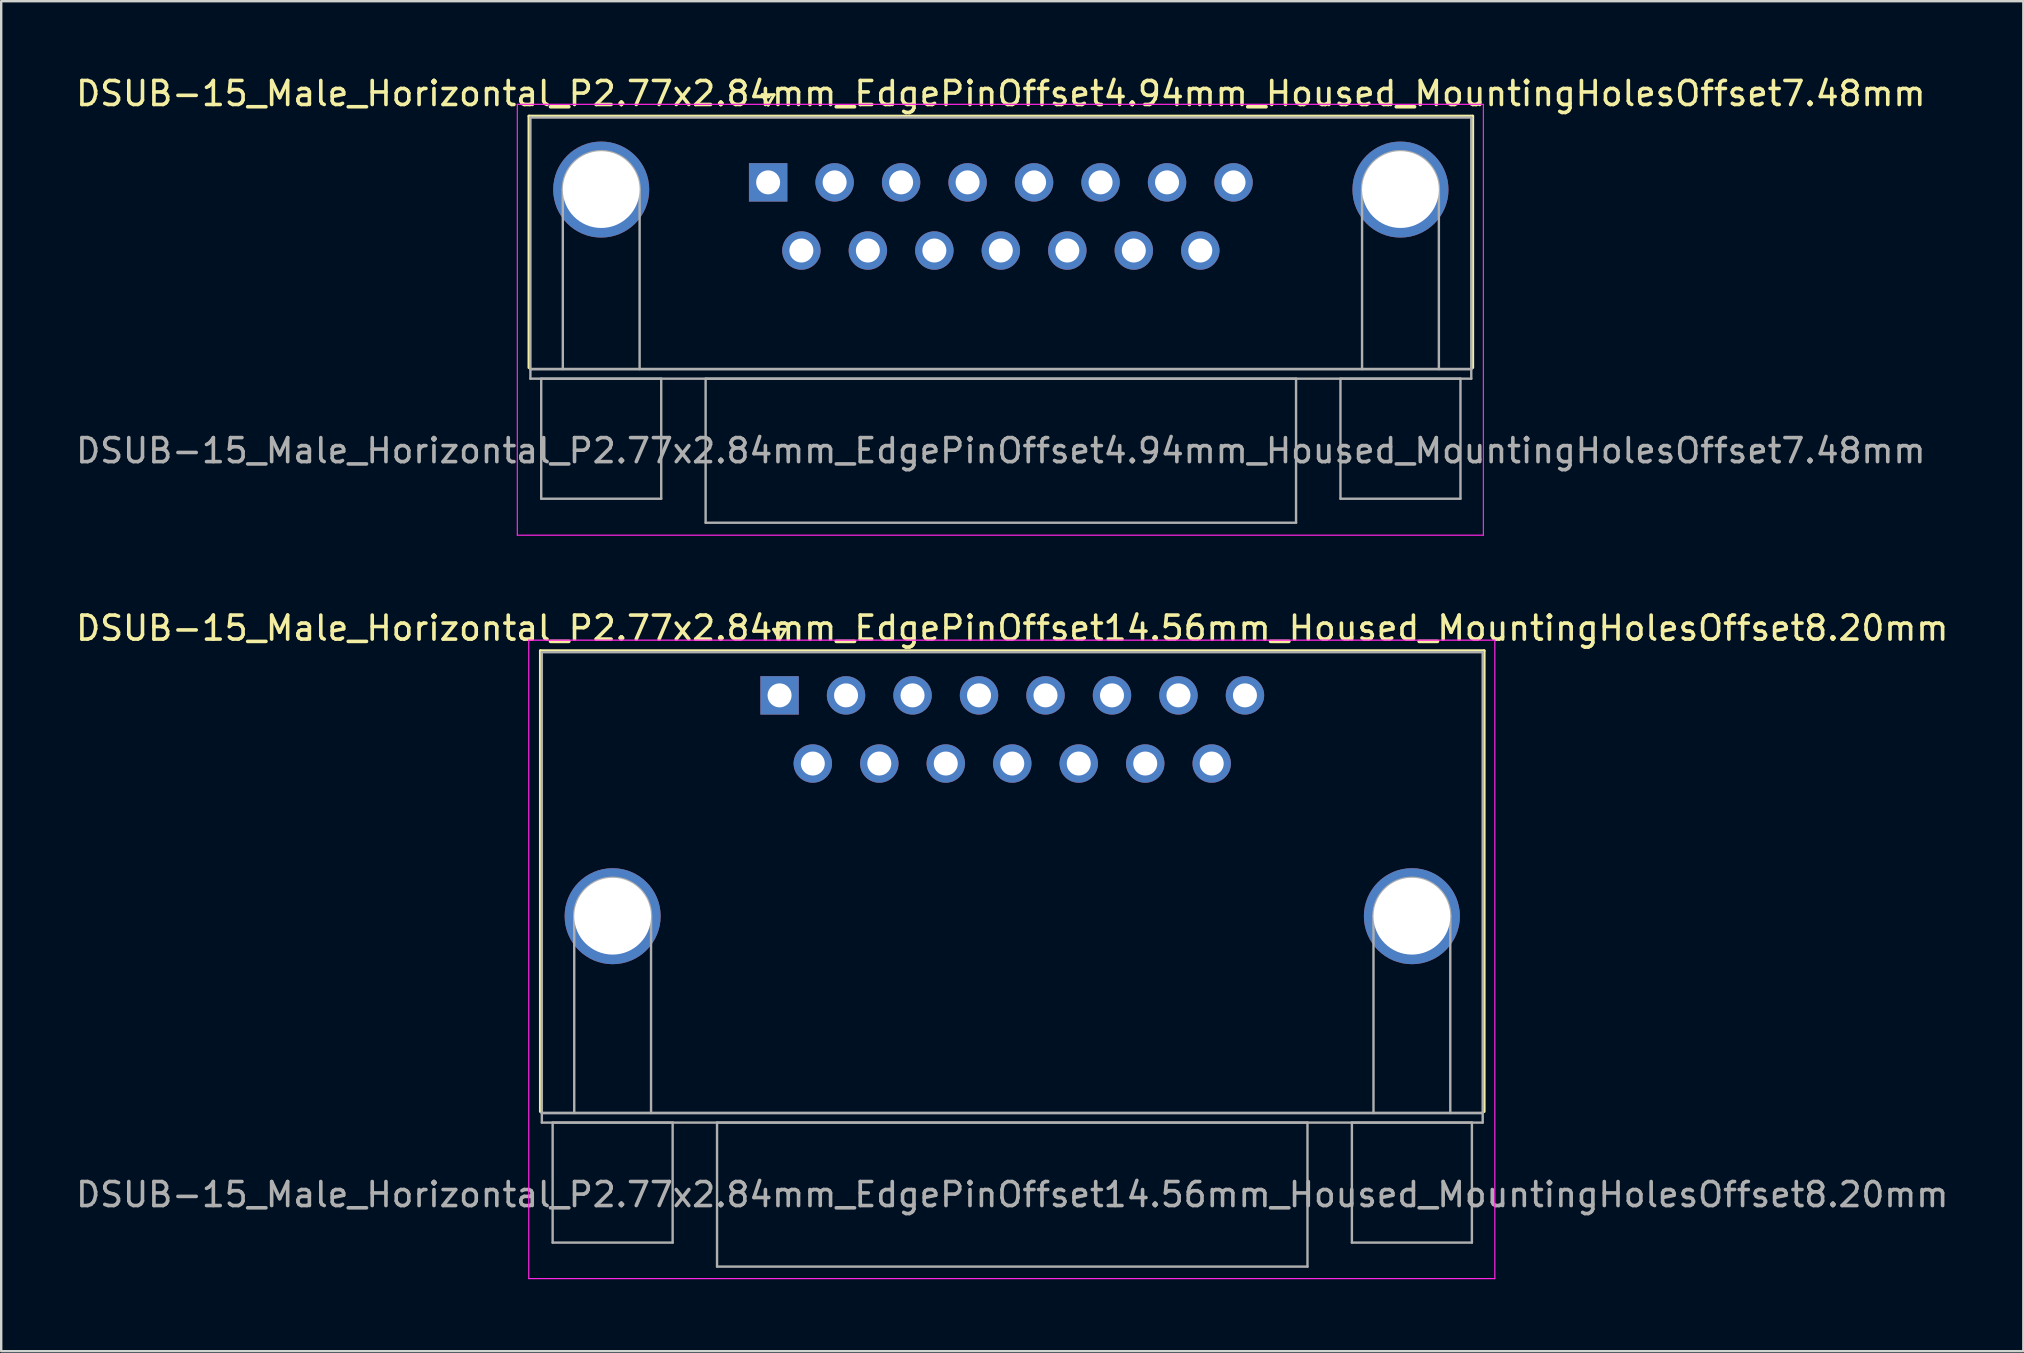
<source format=kicad_pcb>
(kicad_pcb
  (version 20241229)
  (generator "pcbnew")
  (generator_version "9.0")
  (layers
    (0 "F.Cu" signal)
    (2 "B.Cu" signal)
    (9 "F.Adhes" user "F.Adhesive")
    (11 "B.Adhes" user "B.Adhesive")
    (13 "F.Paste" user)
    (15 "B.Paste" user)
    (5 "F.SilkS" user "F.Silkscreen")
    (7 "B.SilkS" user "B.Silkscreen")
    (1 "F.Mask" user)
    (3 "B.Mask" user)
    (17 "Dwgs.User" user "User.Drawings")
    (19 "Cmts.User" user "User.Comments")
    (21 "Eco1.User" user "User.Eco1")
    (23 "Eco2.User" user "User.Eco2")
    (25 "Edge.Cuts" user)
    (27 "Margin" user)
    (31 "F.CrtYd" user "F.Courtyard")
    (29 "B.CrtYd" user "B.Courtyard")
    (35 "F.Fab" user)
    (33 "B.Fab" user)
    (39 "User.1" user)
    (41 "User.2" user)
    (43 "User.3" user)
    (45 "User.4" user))
  (footprint "DSUB-15_Male_Horizontal_P2.77x2.84mm_EdgePinOffset14.56mm_Housed_MountingHolesOffset8.20mm"
    (layer "F.Cu")
    (at 29.43 25.922)
    (property "Reference" "DSUB-15_Male_Horizontal_P2.77x2.84mm_EdgePinOffset14.56mm_Housed_MountingHolesOffset8.20mm" (at 9.695 -2.8 0) (layer "F.SilkS") (effects (font (size 1 1) (thickness 0.15))))
    (attr through_hole)
    (fp_line (start -9.965 -1.86) (end 29.355 -1.86) (stroke (width 0.12) (type solid)) (layer "F.SilkS"))
    (fp_line (start -9.965 17.34) (end -9.965 -1.86) (stroke (width 0.12) (type solid)) (layer "F.SilkS"))
    (fp_line (start -0.25 -2.754) (end 0.25 -2.754) (stroke (width 0.12) (type solid)) (layer "F.SilkS"))
    (fp_line (start 0 -2.321) (end -0.25 -2.754) (stroke (width 0.12) (type solid)) (layer "F.SilkS"))
    (fp_line (start 0.25 -2.754) (end 0 -2.321) (stroke (width 0.12) (type solid)) (layer "F.SilkS"))
    (fp_line (start 29.355 -1.86) (end 29.355 17.34) (stroke (width 0.12) (type solid)) (layer "F.SilkS"))
    (fp_line (start -10.45 -2.3) (end -10.45 24.3) (stroke (width 0.05) (type solid)) (layer "F.CrtYd"))
    (fp_line (start -10.45 24.3) (end 29.8 24.3) (stroke (width 0.05) (type solid)) (layer "F.CrtYd"))
    (fp_line (start 29.8 -2.3) (end -10.45 -2.3) (stroke (width 0.05) (type solid)) (layer "F.CrtYd"))
    (fp_line (start 29.8 24.3) (end 29.8 -2.3) (stroke (width 0.05) (type solid)) (layer "F.CrtYd"))
    (fp_line (start -9.905 -1.8) (end -9.905 17.4) (stroke (width 0.1) (type solid)) (layer "F.Fab"))
    (fp_line (start -9.905 17.4) (end -9.905 17.8) (stroke (width 0.1) (type solid)) (layer "F.Fab"))
    (fp_line (start -9.905 17.4) (end 29.295 17.4) (stroke (width 0.1) (type solid)) (layer "F.Fab"))
    (fp_line (start -9.905 17.8) (end 29.295 17.8) (stroke (width 0.1) (type solid)) (layer "F.Fab"))
    (fp_line (start -9.455 17.8) (end -9.455 22.8) (stroke (width 0.1) (type solid)) (layer "F.Fab"))
    (fp_line (start -9.455 22.8) (end -4.455 22.8) (stroke (width 0.1) (type solid)) (layer "F.Fab"))
    (fp_line (start -8.555 17.4) (end -8.555 9.2) (stroke (width 0.1) (type solid)) (layer "F.Fab"))
    (fp_line (start -5.355 17.4) (end -5.355 9.2) (stroke (width 0.1) (type solid)) (layer "F.Fab"))
    (fp_line (start -4.455 17.8) (end -9.455 17.8) (stroke (width 0.1) (type solid)) (layer "F.Fab"))
    (fp_line (start -4.455 22.8) (end -4.455 17.8) (stroke (width 0.1) (type solid)) (layer "F.Fab"))
    (fp_line (start -2.605 17.8) (end -2.605 23.8) (stroke (width 0.1) (type solid)) (layer "F.Fab"))
    (fp_line (start -2.605 23.8) (end 21.995 23.8) (stroke (width 0.1) (type solid)) (layer "F.Fab"))
    (fp_line (start 21.995 17.8) (end -2.605 17.8) (stroke (width 0.1) (type solid)) (layer "F.Fab"))
    (fp_line (start 21.995 23.8) (end 21.995 17.8) (stroke (width 0.1) (type solid)) (layer "F.Fab"))
    (fp_line (start 23.845 17.8) (end 23.845 22.8) (stroke (width 0.1) (type solid)) (layer "F.Fab"))
    (fp_line (start 23.845 22.8) (end 28.845 22.8) (stroke (width 0.1) (type solid)) (layer "F.Fab"))
    (fp_line (start 24.745 17.4) (end 24.745 9.2) (stroke (width 0.1) (type solid)) (layer "F.Fab"))
    (fp_line (start 27.945 17.4) (end 27.945 9.2) (stroke (width 0.1) (type solid)) (layer "F.Fab"))
    (fp_line (start 28.845 17.8) (end 23.845 17.8) (stroke (width 0.1) (type solid)) (layer "F.Fab"))
    (fp_line (start 28.845 22.8) (end 28.845 17.8) (stroke (width 0.1) (type solid)) (layer "F.Fab"))
    (fp_line (start 29.295 -1.8) (end -9.905 -1.8) (stroke (width 0.1) (type solid)) (layer "F.Fab"))
    (fp_line (start 29.295 17.4) (end -9.905 17.4) (stroke (width 0.1) (type solid)) (layer "F.Fab"))
    (fp_line (start 29.295 17.4) (end 29.295 -1.8) (stroke (width 0.1) (type solid)) (layer "F.Fab"))
    (fp_line (start 29.295 17.8) (end 29.295 17.4) (stroke (width 0.1) (type solid)) (layer "F.Fab"))
    (fp_arc (start -8.555 9.2) (mid -6.955 7.6) (end -5.355 9.2) (stroke (width 0.1) (type solid)) (layer "F.Fab"))
    (fp_arc (start 24.745 9.2) (mid 26.345 7.6) (end 27.945 9.2) (stroke (width 0.1) (type solid)) (layer "F.Fab"))
    (fp_text user "${REFERENCE}" (at 9.695 20.8 0) (layer "F.Fab") (effects (font (size 1 1) (thickness 0.15))))
    (pad "0" thru_hole circle (at -6.955 9.2) (size 4 4) (drill 3.2) (layers "*.Cu" "*.Mask"))
    (pad "0" thru_hole circle (at 26.345 9.2) (size 4 4) (drill 3.2) (layers "*.Cu" "*.Mask"))
    (pad "1" thru_hole rect (at 0 0) (size 1.6 1.6) (drill 1) (layers "*.Cu" "*.Mask"))
    (pad "2" thru_hole circle (at 2.77 0) (size 1.6 1.6) (drill 1) (layers "*.Cu" "*.Mask"))
    (pad "3" thru_hole circle (at 5.54 0) (size 1.6 1.6) (drill 1) (layers "*.Cu" "*.Mask"))
    (pad "4" thru_hole circle (at 8.31 0) (size 1.6 1.6) (drill 1) (layers "*.Cu" "*.Mask"))
    (pad "5" thru_hole circle (at 11.08 0) (size 1.6 1.6) (drill 1) (layers "*.Cu" "*.Mask"))
    (pad "6" thru_hole circle (at 13.85 0) (size 1.6 1.6) (drill 1) (layers "*.Cu" "*.Mask"))
    (pad "7" thru_hole circle (at 16.62 0) (size 1.6 1.6) (drill 1) (layers "*.Cu" "*.Mask"))
    (pad "8" thru_hole circle (at 19.39 0) (size 1.6 1.6) (drill 1) (layers "*.Cu" "*.Mask"))
    (pad "9" thru_hole circle (at 1.385 2.84) (size 1.6 1.6) (drill 1) (layers "*.Cu" "*.Mask"))
    (pad "10" thru_hole circle (at 4.155 2.84) (size 1.6 1.6) (drill 1) (layers "*.Cu" "*.Mask"))
    (pad "11" thru_hole circle (at 6.925 2.84) (size 1.6 1.6) (drill 1) (layers "*.Cu" "*.Mask"))
    (pad "12" thru_hole circle (at 9.695 2.84) (size 1.6 1.6) (drill 1) (layers "*.Cu" "*.Mask"))
    (pad "13" thru_hole circle (at 12.465 2.84) (size 1.6 1.6) (drill 1) (layers "*.Cu" "*.Mask"))
    (pad "14" thru_hole circle (at 15.235 2.84) (size 1.6 1.6) (drill 1) (layers "*.Cu" "*.Mask"))
    (pad "15" thru_hole circle (at 18.005 2.84) (size 1.6 1.6) (drill 1) (layers "*.Cu" "*.Mask")))
  (footprint "DSUB-15_Male_Horizontal_P2.77x2.84mm_EdgePinOffset4.94mm_Housed_MountingHolesOffset7.48mm"
    (layer "F.Cu")
    (at 28.954 4.548)
    (property "Reference" "DSUB-15_Male_Horizontal_P2.77x2.84mm_EdgePinOffset4.94mm_Housed_MountingHolesOffset7.48mm" (at 9.695 -3.7 0) (layer "F.SilkS") (effects (font (size 1 1) (thickness 0.15))))
    (attr through_hole)
    (fp_line (start -9.965 -2.76) (end 29.355 -2.76) (stroke (width 0.12) (type solid)) (layer "F.SilkS"))
    (fp_line (start -9.965 7.72) (end -9.965 -2.76) (stroke (width 0.12) (type solid)) (layer "F.SilkS"))
    (fp_line (start -0.25 -3.654) (end 0.25 -3.654) (stroke (width 0.12) (type solid)) (layer "F.SilkS"))
    (fp_line (start 0 -3.221) (end -0.25 -3.654) (stroke (width 0.12) (type solid)) (layer "F.SilkS"))
    (fp_line (start 0.25 -3.654) (end 0 -3.221) (stroke (width 0.12) (type solid)) (layer "F.SilkS"))
    (fp_line (start 29.355 -2.76) (end 29.355 7.72) (stroke (width 0.12) (type solid)) (layer "F.SilkS"))
    (fp_line (start -10.45 -3.25) (end -10.45 14.7) (stroke (width 0.05) (type solid)) (layer "F.CrtYd"))
    (fp_line (start -10.45 14.7) (end 29.8 14.7) (stroke (width 0.05) (type solid)) (layer "F.CrtYd"))
    (fp_line (start 29.8 -3.25) (end -10.45 -3.25) (stroke (width 0.05) (type solid)) (layer "F.CrtYd"))
    (fp_line (start 29.8 14.7) (end 29.8 -3.25) (stroke (width 0.05) (type solid)) (layer "F.CrtYd"))
    (fp_line (start -9.905 -2.7) (end -9.905 7.78) (stroke (width 0.1) (type solid)) (layer "F.Fab"))
    (fp_line (start -9.905 7.78) (end -9.905 8.18) (stroke (width 0.1) (type solid)) (layer "F.Fab"))
    (fp_line (start -9.905 7.78) (end 29.295 7.78) (stroke (width 0.1) (type solid)) (layer "F.Fab"))
    (fp_line (start -9.905 8.18) (end 29.295 8.18) (stroke (width 0.1) (type solid)) (layer "F.Fab"))
    (fp_line (start -9.455 8.18) (end -9.455 13.18) (stroke (width 0.1) (type solid)) (layer "F.Fab"))
    (fp_line (start -9.455 13.18) (end -4.455 13.18) (stroke (width 0.1) (type solid)) (layer "F.Fab"))
    (fp_line (start -8.555 7.78) (end -8.555 0.3) (stroke (width 0.1) (type solid)) (layer "F.Fab"))
    (fp_line (start -5.355 7.78) (end -5.355 0.3) (stroke (width 0.1) (type solid)) (layer "F.Fab"))
    (fp_line (start -4.455 8.18) (end -9.455 8.18) (stroke (width 0.1) (type solid)) (layer "F.Fab"))
    (fp_line (start -4.455 13.18) (end -4.455 8.18) (stroke (width 0.1) (type solid)) (layer "F.Fab"))
    (fp_line (start -2.605 8.18) (end -2.605 14.18) (stroke (width 0.1) (type solid)) (layer "F.Fab"))
    (fp_line (start -2.605 14.18) (end 21.995 14.18) (stroke (width 0.1) (type solid)) (layer "F.Fab"))
    (fp_line (start 21.995 8.18) (end -2.605 8.18) (stroke (width 0.1) (type solid)) (layer "F.Fab"))
    (fp_line (start 21.995 14.18) (end 21.995 8.18) (stroke (width 0.1) (type solid)) (layer "F.Fab"))
    (fp_line (start 23.845 8.18) (end 23.845 13.18) (stroke (width 0.1) (type solid)) (layer "F.Fab"))
    (fp_line (start 23.845 13.18) (end 28.845 13.18) (stroke (width 0.1) (type solid)) (layer "F.Fab"))
    (fp_line (start 24.745 7.78) (end 24.745 0.3) (stroke (width 0.1) (type solid)) (layer "F.Fab"))
    (fp_line (start 27.945 7.78) (end 27.945 0.3) (stroke (width 0.1) (type solid)) (layer "F.Fab"))
    (fp_line (start 28.845 8.18) (end 23.845 8.18) (stroke (width 0.1) (type solid)) (layer "F.Fab"))
    (fp_line (start 28.845 13.18) (end 28.845 8.18) (stroke (width 0.1) (type solid)) (layer "F.Fab"))
    (fp_line (start 29.295 -2.7) (end -9.905 -2.7) (stroke (width 0.1) (type solid)) (layer "F.Fab"))
    (fp_line (start 29.295 7.78) (end -9.905 7.78) (stroke (width 0.1) (type solid)) (layer "F.Fab"))
    (fp_line (start 29.295 7.78) (end 29.295 -2.7) (stroke (width 0.1) (type solid)) (layer "F.Fab"))
    (fp_line (start 29.295 8.18) (end 29.295 7.78) (stroke (width 0.1) (type solid)) (layer "F.Fab"))
    (fp_arc (start -8.555 0.3) (mid -6.955 -1.3) (end -5.355 0.3) (stroke (width 0.1) (type solid)) (layer "F.Fab"))
    (fp_arc (start 24.745 0.3) (mid 26.345 -1.3) (end 27.945 0.3) (stroke (width 0.1) (type solid)) (layer "F.Fab"))
    (fp_text user "${REFERENCE}" (at 9.695 11.18 0) (layer "F.Fab") (effects (font (size 1 1) (thickness 0.15))))
    (pad "0" thru_hole circle (at -6.955 0.3) (size 4 4) (drill 3.2) (layers "*.Cu" "*.Mask"))
    (pad "0" thru_hole circle (at 26.345 0.3) (size 4 4) (drill 3.2) (layers "*.Cu" "*.Mask"))
    (pad "1" thru_hole rect (at 0 0) (size 1.6 1.6) (drill 1) (layers "*.Cu" "*.Mask"))
    (pad "2" thru_hole circle (at 2.77 0) (size 1.6 1.6) (drill 1) (layers "*.Cu" "*.Mask"))
    (pad "3" thru_hole circle (at 5.54 0) (size 1.6 1.6) (drill 1) (layers "*.Cu" "*.Mask"))
    (pad "4" thru_hole circle (at 8.31 0) (size 1.6 1.6) (drill 1) (layers "*.Cu" "*.Mask"))
    (pad "5" thru_hole circle (at 11.08 0) (size 1.6 1.6) (drill 1) (layers "*.Cu" "*.Mask"))
    (pad "6" thru_hole circle (at 13.85 0) (size 1.6 1.6) (drill 1) (layers "*.Cu" "*.Mask"))
    (pad "7" thru_hole circle (at 16.62 0) (size 1.6 1.6) (drill 1) (layers "*.Cu" "*.Mask"))
    (pad "8" thru_hole circle (at 19.39 0) (size 1.6 1.6) (drill 1) (layers "*.Cu" "*.Mask"))
    (pad "9" thru_hole circle (at 1.385 2.84) (size 1.6 1.6) (drill 1) (layers "*.Cu" "*.Mask"))
    (pad "10" thru_hole circle (at 4.155 2.84) (size 1.6 1.6) (drill 1) (layers "*.Cu" "*.Mask"))
    (pad "11" thru_hole circle (at 6.925 2.84) (size 1.6 1.6) (drill 1) (layers "*.Cu" "*.Mask"))
    (pad "12" thru_hole circle (at 9.695 2.84) (size 1.6 1.6) (drill 1) (layers "*.Cu" "*.Mask"))
    (pad "13" thru_hole circle (at 12.465 2.84) (size 1.6 1.6) (drill 1) (layers "*.Cu" "*.Mask"))
    (pad "14" thru_hole circle (at 15.235 2.84) (size 1.6 1.6) (drill 1) (layers "*.Cu" "*.Mask"))
    (pad "15" thru_hole circle (at 18.005 2.84) (size 1.6 1.6) (drill 1) (layers "*.Cu" "*.Mask")))
  (gr_rect
    (start -3 -3)
    (end 81.25 53.246)
    (stroke (width 0.1) (type default))
    (fill no)
    (layer "Edge.Cuts")))
</source>
